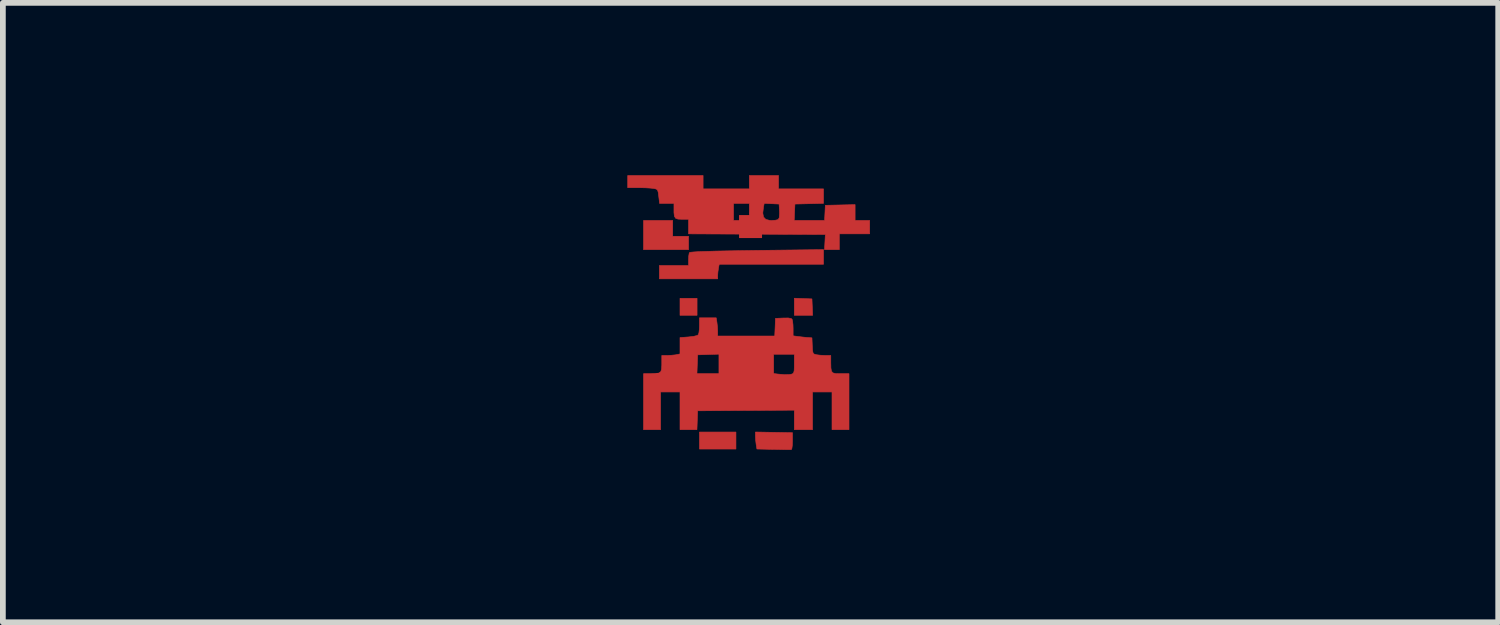
<source format=kicad_pcb>
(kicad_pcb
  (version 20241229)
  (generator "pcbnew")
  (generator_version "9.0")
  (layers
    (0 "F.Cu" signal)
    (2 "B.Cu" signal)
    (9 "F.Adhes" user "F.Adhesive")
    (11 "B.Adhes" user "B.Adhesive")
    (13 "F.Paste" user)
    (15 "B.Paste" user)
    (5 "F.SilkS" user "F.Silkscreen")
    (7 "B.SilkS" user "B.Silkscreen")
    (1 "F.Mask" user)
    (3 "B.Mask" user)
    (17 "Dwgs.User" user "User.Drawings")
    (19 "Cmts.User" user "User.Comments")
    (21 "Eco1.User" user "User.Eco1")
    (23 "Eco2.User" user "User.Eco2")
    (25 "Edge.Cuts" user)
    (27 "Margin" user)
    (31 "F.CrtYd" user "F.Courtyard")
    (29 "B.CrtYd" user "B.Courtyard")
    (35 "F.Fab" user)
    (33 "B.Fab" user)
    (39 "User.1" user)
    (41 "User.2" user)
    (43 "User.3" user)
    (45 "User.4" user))
  (footprint "TOP_led_footprint"
    (layer "F.Cu")
    (at 10.015 2.164)
    (property "Reference" "TOP_led_footprint" (at 0 0 0) (layer "Eco2.User") (effects (font (size 1.524 1.524) (thickness 0.15))))
    (attr through_hole)
    (fp_poly (pts (xy -0.931 0.275) (xy -1.228 0.275) (xy -1.228 -0.021) (xy -0.931 -0.021) (xy -0.931 0.275)) (stroke (width 0.01) (type solid)) (fill yes) (layer "F.Cu"))
    (fp_poly (pts (xy -0.254 2.603) (xy -0.889 2.603) (xy -0.889 2.307) (xy -0.254 2.307) (xy -0.254 2.603)) (stroke (width 0.01) (type solid)) (fill yes) (layer "F.Cu"))
    (fp_poly (pts (xy -1.355 -1.101) (xy -1.079 -1.101) (xy -1.079 -0.868) (xy -1.863 -0.868) (xy -1.863 -1.376) (xy -1.355 -1.376) (xy -1.355 -1.101)) (stroke (width 0.01) (type solid)) (fill yes) (layer "F.Cu"))
    (fp_poly (pts (xy 0.915 -0.017) (xy 1.069 -0.011) (xy 1.075 0.132) (xy 1.081 0.275) (xy 0.762 0.275) (xy 0.762 -0.023) (xy 0.915 -0.017)) (stroke (width 0.01) (type solid)) (fill yes) (layer "F.Cu"))
    (fp_poly (pts (xy 0.407 2.312) (xy 0.73 2.318) (xy 0.73 2.464) (xy 0.727 2.539) (xy 0.72 2.592) (xy 0.709 2.613) (xy 0.709 2.613) (xy 0.681 2.613) (xy 0.619 2.613) (xy 0.532 2.611) (xy 0.428 2.609) (xy 0.4 2.609) (xy 0.111 2.602) (xy 0.098 2.524) (xy 0.089 2.449) (xy 0.085 2.377) (xy 0.085 2.375) (xy 0.085 2.306) (xy 0.407 2.312)) (stroke (width 0.01) (type solid)) (fill yes) (layer "F.Cu"))
    (fp_poly (pts (xy 1.27 -0.614) (xy -0.545 -0.614) (xy -0.558 -0.548) (xy -0.568 -0.478) (xy -0.572 -0.421) (xy -0.572 -0.36) (xy -1.587 -0.36) (xy -1.587 -0.593) (xy -1.079 -0.593) (xy -1.079 -0.693) (xy -1.076 -0.758) (xy -1.068 -0.805) (xy -1.063 -0.817) (xy -1.043 -0.823) (xy -0.988 -0.828) (xy -0.897 -0.834) (xy -0.77 -0.838) (xy -0.606 -0.843) (xy -0.402 -0.847) (xy -0.159 -0.851) (xy 0.111 -0.855) (xy 1.27 -0.869) (xy 1.27 -0.614)) (stroke (width 0.01) (type solid)) (fill yes) (layer "F.Cu"))
    (fp_poly (pts (xy -0.826 -1.926) (xy -0.021 -1.926) (xy -0.021 -2.159) (xy 0.487 -2.159) (xy 0.487 -1.926) (xy 1.27 -1.926) (xy 1.27 -1.674) (xy 1.021 -1.668) (xy 0.773 -1.662) (xy 0.766 -1.519) (xy 0.76 -1.376) (xy 1.289 -1.376) (xy 1.302 -1.64) (xy 1.561 -1.646) (xy 1.82 -1.652) (xy 1.82 -1.376) (xy 2.074 -1.376) (xy 2.074 -1.143) (xy 1.545 -1.143) (xy 1.545 -0.868) (xy 1.288 -0.868) (xy 1.295 -1) (xy 1.302 -1.132) (xy -1.079 -1.143) (xy -1.079 -1.397) (xy -1.194 -1.397) (xy -1.263 -1.4) (xy -1.304 -1.415) (xy -1.325 -1.449) (xy -1.333 -1.513) (xy -1.333 -1.568) (xy -1.333 -1.672) (xy -0.296 -1.672) (xy -0.296 -1.376) (xy -0.021 -1.376) (xy -0.021 -1.505) (xy 0.213 -1.505) (xy 0.226 -1.436) (xy 0.267 -1.394) (xy 0.337 -1.377) (xy 0.367 -1.376) (xy 0.429 -1.38) (xy 0.475 -1.39) (xy 0.483 -1.394) (xy 0.5 -1.426) (xy 0.505 -1.493) (xy 0.504 -1.537) (xy 0.497 -1.662) (xy 0.368 -1.668) (xy 0.238 -1.674) (xy 0.225 -1.607) (xy 0.213 -1.505) (xy -0.021 -1.505) (xy -0.021 -1.672) (xy -0.296 -1.672) (xy -1.333 -1.672) (xy -1.583 -1.672) (xy -1.598 -1.797) (xy -1.607 -1.866) (xy -1.619 -1.905) (xy -1.641 -1.923) (xy -1.68 -1.932) (xy -1.69 -1.934) (xy -1.747 -1.94) (xy -1.832 -1.945) (xy -1.927 -1.947) (xy -1.953 -1.947) (xy -2.138 -1.947) (xy -2.138 -2.159) (xy -0.826 -2.159) (xy -0.826 -1.926)) (stroke (width 0.01) (type solid)) (fill yes) (layer "F.Cu"))
    (fp_poly (pts (xy -0.585 0.397) (xy -0.576 0.476) (xy -0.572 0.555) (xy -0.572 0.556) (xy -0.572 0.635) (xy 0.421 0.635) (xy 0.428 0.482) (xy 0.434 0.328) (xy 0.57 0.322) (xy 0.657 0.321) (xy 0.708 0.331) (xy 0.723 0.343) (xy 0.732 0.378) (xy 0.739 0.44) (xy 0.741 0.501) (xy 0.741 0.632) (xy 0.831 0.644) (xy 0.909 0.653) (xy 0.984 0.661) (xy 0.995 0.661) (xy 1.069 0.667) (xy 1.075 0.807) (xy 1.079 0.882) (xy 1.087 0.925) (xy 1.102 0.947) (xy 1.131 0.957) (xy 1.147 0.961) (xy 1.211 0.969) (xy 1.288 0.973) (xy 1.304 0.974) (xy 1.397 0.974) (xy 1.397 1.099) (xy 1.399 1.19) (xy 1.408 1.246) (xy 1.432 1.276) (xy 1.479 1.289) (xy 1.556 1.291) (xy 1.569 1.291) (xy 1.714 1.291) (xy 1.714 2.265) (xy 1.418 2.265) (xy 1.418 1.609) (xy 1.079 1.609) (xy 1.079 2.265) (xy 0.762 2.265) (xy 0.762 1.926) (xy -0.079 1.931) (xy -0.921 1.937) (xy -0.927 2.101) (xy -0.933 2.265) (xy -1.228 2.265) (xy -1.228 1.609) (xy -1.566 1.609) (xy -1.566 2.265) (xy -1.863 2.265) (xy -1.863 1.291) (xy -0.933 1.291) (xy -0.55 1.291) (xy -0.55 0.953) (xy 0.402 0.953) (xy 0.402 1.288) (xy 0.471 1.297) (xy 0.594 1.308) (xy 0.682 1.305) (xy 0.714 1.299) (xy 0.738 1.289) (xy 0.752 1.27) (xy 0.76 1.232) (xy 0.762 1.166) (xy 0.762 1.119) (xy 0.762 0.953) (xy 0.402 0.953) (xy -0.55 0.953) (xy -0.55 0.951) (xy -0.736 0.957) (xy -0.921 0.963) (xy -0.933 1.291) (xy -1.863 1.291) (xy -1.752 1.291) (xy -1.657 1.289) (xy -1.597 1.28) (xy -1.563 1.257) (xy -1.549 1.214) (xy -1.545 1.144) (xy -1.545 1.119) (xy -1.545 0.974) (xy -1.453 0.974) (xy -1.377 0.97) (xy -1.306 0.963) (xy -1.294 0.96) (xy -1.228 0.947) (xy -1.228 0.662) (xy -1.077 0.651) (xy -0.986 0.64) (xy -0.927 0.625) (xy -0.908 0.611) (xy -0.898 0.576) (xy -0.891 0.513) (xy -0.889 0.45) (xy -0.889 0.318) (xy -0.598 0.318) (xy -0.585 0.397)) (stroke (width 0.01) (type solid)) (fill yes) (layer "F.Cu"))
    (fp_poly (pts (xy -0.931 0.275) (xy -1.228 0.275) (xy -1.228 -0.021) (xy -0.931 -0.021) (xy -0.931 0.275)) (stroke (width 0.01) (type solid)) (fill yes) (layer "F.Mask"))
    (fp_poly (pts (xy -0.254 2.603) (xy -0.889 2.603) (xy -0.889 2.307) (xy -0.254 2.307) (xy -0.254 2.603)) (stroke (width 0.01) (type solid)) (fill yes) (layer "F.Mask"))
    (fp_poly (pts (xy -1.355 -1.101) (xy -1.079 -1.101) (xy -1.079 -0.868) (xy -1.863 -0.868) (xy -1.863 -1.376) (xy -1.355 -1.376) (xy -1.355 -1.101)) (stroke (width 0.01) (type solid)) (fill yes) (layer "F.Mask"))
    (fp_poly (pts (xy 0.915 -0.017) (xy 1.069 -0.011) (xy 1.075 0.132) (xy 1.081 0.275) (xy 0.762 0.275) (xy 0.762 -0.023) (xy 0.915 -0.017)) (stroke (width 0.01) (type solid)) (fill yes) (layer "F.Mask"))
    (fp_poly (pts (xy 0.407 2.312) (xy 0.73 2.318) (xy 0.73 2.464) (xy 0.727 2.539) (xy 0.72 2.592) (xy 0.709 2.613) (xy 0.709 2.613) (xy 0.681 2.613) (xy 0.619 2.613) (xy 0.532 2.611) (xy 0.428 2.609) (xy 0.4 2.609) (xy 0.111 2.602) (xy 0.098 2.524) (xy 0.089 2.449) (xy 0.085 2.377) (xy 0.085 2.375) (xy 0.085 2.306) (xy 0.407 2.312)) (stroke (width 0.01) (type solid)) (fill yes) (layer "F.Mask"))
    (fp_poly (pts (xy 1.27 -0.614) (xy -0.545 -0.614) (xy -0.558 -0.548) (xy -0.568 -0.478) (xy -0.572 -0.421) (xy -0.572 -0.36) (xy -1.587 -0.36) (xy -1.587 -0.593) (xy -1.079 -0.593) (xy -1.079 -0.693) (xy -1.076 -0.758) (xy -1.068 -0.805) (xy -1.063 -0.817) (xy -1.043 -0.823) (xy -0.988 -0.828) (xy -0.897 -0.834) (xy -0.77 -0.838) (xy -0.606 -0.843) (xy -0.402 -0.847) (xy -0.159 -0.851) (xy 0.111 -0.855) (xy 1.27 -0.869) (xy 1.27 -0.614)) (stroke (width 0.01) (type solid)) (fill yes) (layer "F.Mask"))
    (fp_poly (pts (xy -0.826 -1.926) (xy -0.021 -1.926) (xy -0.021 -2.159) (xy 0.487 -2.159) (xy 0.487 -1.926) (xy 1.27 -1.926) (xy 1.27 -1.674) (xy 1.021 -1.668) (xy 0.773 -1.662) (xy 0.766 -1.519) (xy 0.76 -1.376) (xy 1.289 -1.376) (xy 1.302 -1.64) (xy 1.561 -1.646) (xy 1.82 -1.652) (xy 1.82 -1.376) (xy 2.074 -1.376) (xy 2.074 -1.143) (xy 1.545 -1.143) (xy 1.545 -0.868) (xy 1.288 -0.868) (xy 1.295 -1) (xy 1.302 -1.132) (xy -1.079 -1.143) (xy -1.079 -1.397) (xy -1.194 -1.397) (xy -1.263 -1.4) (xy -1.304 -1.415) (xy -1.325 -1.449) (xy -1.333 -1.513) (xy -1.333 -1.568) (xy -1.333 -1.672) (xy -0.296 -1.672) (xy -0.296 -1.376) (xy -0.021 -1.376) (xy -0.021 -1.505) (xy 0.213 -1.505) (xy 0.226 -1.436) (xy 0.267 -1.394) (xy 0.337 -1.377) (xy 0.367 -1.376) (xy 0.429 -1.38) (xy 0.475 -1.39) (xy 0.483 -1.394) (xy 0.5 -1.426) (xy 0.505 -1.493) (xy 0.504 -1.537) (xy 0.497 -1.662) (xy 0.368 -1.668) (xy 0.238 -1.674) (xy 0.225 -1.607) (xy 0.213 -1.505) (xy -0.021 -1.505) (xy -0.021 -1.672) (xy -0.296 -1.672) (xy -1.333 -1.672) (xy -1.583 -1.672) (xy -1.598 -1.797) (xy -1.607 -1.866) (xy -1.619 -1.905) (xy -1.641 -1.923) (xy -1.68 -1.932) (xy -1.69 -1.934) (xy -1.747 -1.94) (xy -1.832 -1.945) (xy -1.927 -1.947) (xy -1.953 -1.947) (xy -2.138 -1.947) (xy -2.138 -2.159) (xy -0.826 -2.159) (xy -0.826 -1.926)) (stroke (width 0.01) (type solid)) (fill yes) (layer "F.Mask"))
    (fp_poly (pts (xy -0.585 0.397) (xy -0.576 0.476) (xy -0.572 0.555) (xy -0.572 0.556) (xy -0.572 0.635) (xy 0.421 0.635) (xy 0.428 0.482) (xy 0.434 0.328) (xy 0.57 0.322) (xy 0.657 0.321) (xy 0.708 0.331) (xy 0.723 0.343) (xy 0.732 0.378) (xy 0.739 0.44) (xy 0.741 0.501) (xy 0.741 0.632) (xy 0.831 0.644) (xy 0.909 0.653) (xy 0.984 0.661) (xy 0.995 0.661) (xy 1.069 0.667) (xy 1.075 0.807) (xy 1.079 0.882) (xy 1.087 0.925) (xy 1.102 0.947) (xy 1.131 0.957) (xy 1.147 0.961) (xy 1.211 0.969) (xy 1.288 0.973) (xy 1.304 0.974) (xy 1.397 0.974) (xy 1.397 1.099) (xy 1.399 1.19) (xy 1.408 1.246) (xy 1.432 1.276) (xy 1.479 1.289) (xy 1.556 1.291) (xy 1.569 1.291) (xy 1.714 1.291) (xy 1.714 2.265) (xy 1.418 2.265) (xy 1.418 1.609) (xy 1.079 1.609) (xy 1.079 2.265) (xy 0.762 2.265) (xy 0.762 1.926) (xy -0.079 1.931) (xy -0.921 1.937) (xy -0.927 2.101) (xy -0.933 2.265) (xy -1.228 2.265) (xy -1.228 1.609) (xy -1.566 1.609) (xy -1.566 2.265) (xy -1.863 2.265) (xy -1.863 1.291) (xy -0.933 1.291) (xy -0.55 1.291) (xy -0.55 0.953) (xy 0.402 0.953) (xy 0.402 1.288) (xy 0.471 1.297) (xy 0.594 1.308) (xy 0.682 1.305) (xy 0.714 1.299) (xy 0.738 1.289) (xy 0.752 1.27) (xy 0.76 1.232) (xy 0.762 1.166) (xy 0.762 1.119) (xy 0.762 0.953) (xy 0.402 0.953) (xy -0.55 0.953) (xy -0.55 0.951) (xy -0.736 0.957) (xy -0.921 0.963) (xy -0.933 1.291) (xy -1.863 1.291) (xy -1.752 1.291) (xy -1.657 1.289) (xy -1.597 1.28) (xy -1.563 1.257) (xy -1.549 1.214) (xy -1.545 1.144) (xy -1.545 1.119) (xy -1.545 0.974) (xy -1.453 0.974) (xy -1.377 0.97) (xy -1.306 0.963) (xy -1.294 0.96) (xy -1.228 0.947) (xy -1.228 0.662) (xy -1.077 0.651) (xy -0.986 0.64) (xy -0.927 0.625) (xy -0.908 0.611) (xy -0.898 0.576) (xy -0.891 0.513) (xy -0.889 0.45) (xy -0.889 0.318) (xy -0.598 0.318) (xy -0.585 0.397)) (stroke (width 0.01) (type solid)) (fill yes) (layer "F.Mask"))
    (pad "1" smd rect (at 0 1.524) (size 0.4 0.4) (layers "F.Cu" "F.Mask" "F.Paste"))
    (pad "2" smd rect (at 0 -1.27) (size 0.4 0.4) (layers "F.Cu" "F.Mask" "F.Paste")))
  (gr_rect
    (start -3 -3)
    (end 23.03 7.782)
    (stroke (width 0.1) (type default))
    (fill no)
    (layer "Edge.Cuts")))
</source>
